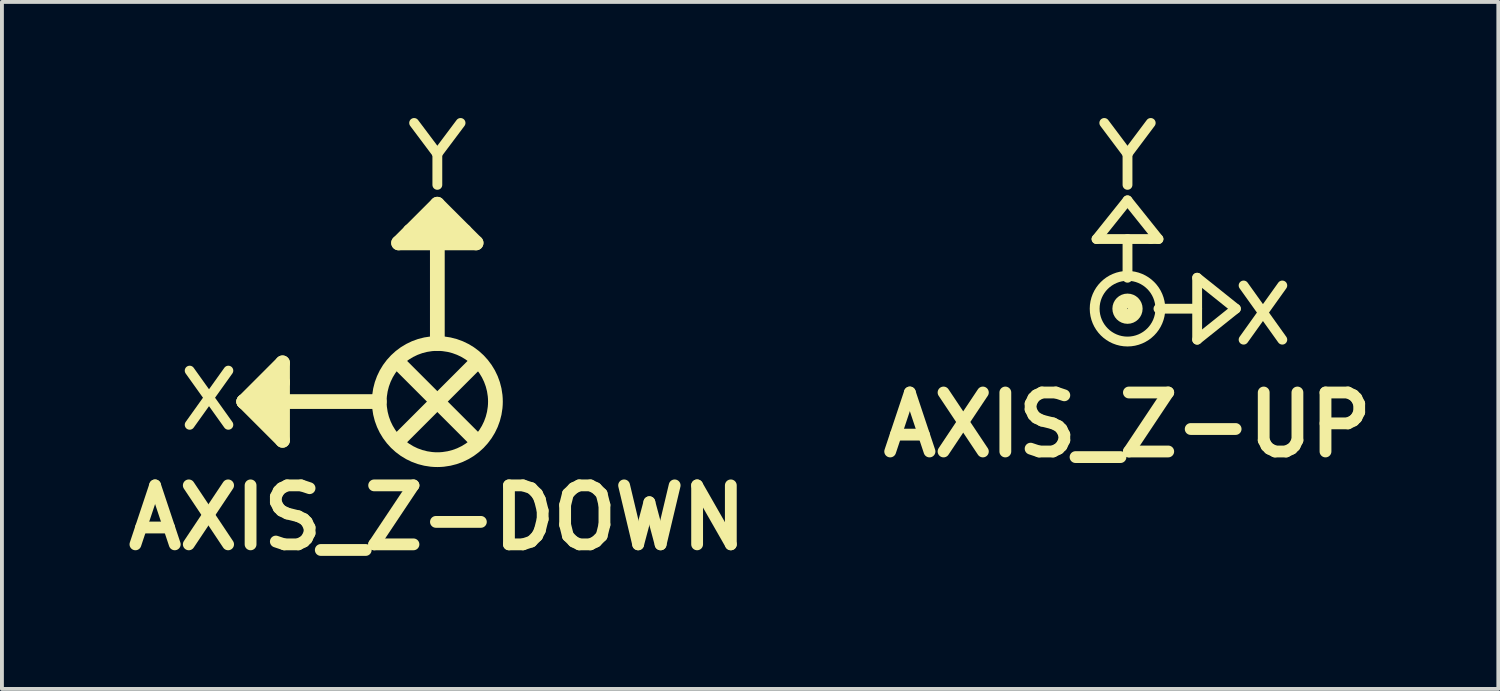
<source format=kicad_pcb>
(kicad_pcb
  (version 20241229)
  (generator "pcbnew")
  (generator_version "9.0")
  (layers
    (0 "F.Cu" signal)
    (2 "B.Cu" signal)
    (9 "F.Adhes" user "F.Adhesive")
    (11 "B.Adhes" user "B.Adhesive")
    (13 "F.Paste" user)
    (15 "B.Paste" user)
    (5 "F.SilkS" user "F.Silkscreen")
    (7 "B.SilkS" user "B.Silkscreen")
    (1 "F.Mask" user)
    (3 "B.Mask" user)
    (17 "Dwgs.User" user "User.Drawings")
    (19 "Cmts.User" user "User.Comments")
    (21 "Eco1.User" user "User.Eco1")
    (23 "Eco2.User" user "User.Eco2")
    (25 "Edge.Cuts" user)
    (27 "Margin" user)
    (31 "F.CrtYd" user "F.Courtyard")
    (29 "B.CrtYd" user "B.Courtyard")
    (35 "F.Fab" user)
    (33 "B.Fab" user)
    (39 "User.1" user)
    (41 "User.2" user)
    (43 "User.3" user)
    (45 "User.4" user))
  (footprint "AXIS_Z-UP"
    (layer "F.Cu")
    (at 26.085 4.927)
    (property "Reference" "AXIS_Z-UP" (at 0 3 0) (layer "F.SilkS") (effects (font (size 1.524 1.524) (thickness 0.305))))
    (attr through_hole)
    (fp_line (start -0.8 -1.8) (end 0.6 -1.8) (stroke (width 0.254) (type solid)) (layer "F.SilkS"))
    (fp_line (start 0 -4) (end -0.6 -4.8) (stroke (width 0.254) (type solid)) (layer "F.SilkS"))
    (fp_line (start 0 -4) (end 0.6 -4.8) (stroke (width 0.254) (type solid)) (layer "F.SilkS"))
    (fp_line (start 0 -3.2) (end 0 -4) (stroke (width 0.254) (type solid)) (layer "F.SilkS"))
    (fp_line (start 0 -2.8) (end -0.8 -1.8) (stroke (width 0.254) (type solid)) (layer "F.SilkS"))
    (fp_line (start 0 -0.8) (end 0 -1.8) (stroke (width 0.254) (type solid)) (layer "F.SilkS"))
    (fp_line (start 0.8 -1.8) (end 0 -2.8) (stroke (width 0.254) (type solid)) (layer "F.SilkS"))
    (fp_line (start 0.8 -1.8) (end 0.6 -1.8) (stroke (width 0.254) (type solid)) (layer "F.SilkS"))
    (fp_line (start 0.8 0) (end 1.8 0) (stroke (width 0.254) (type solid)) (layer "F.SilkS"))
    (fp_line (start 1.8 -0.8) (end 2.8 0) (stroke (width 0.254) (type solid)) (layer "F.SilkS"))
    (fp_line (start 1.8 0.8) (end 1.8 -0.8) (stroke (width 0.254) (type solid)) (layer "F.SilkS"))
    (fp_line (start 2.8 0) (end 1.8 0.8) (stroke (width 0.254) (type solid)) (layer "F.SilkS"))
    (fp_line (start 3 -0.6) (end 4 0.8) (stroke (width 0.254) (type solid)) (layer "F.SilkS"))
    (fp_line (start 4 -0.6) (end 3 0.8) (stroke (width 0.254) (type solid)) (layer "F.SilkS"))
    (fp_circle (center 0 0) (end 0.2 0) (stroke (width 0.381) (type solid)) (fill no) (layer "F.SilkS"))
    (fp_circle (center 0 0) (end 0.6 -0.6) (stroke (width 0.254) (type solid)) (fill no) (layer "F.SilkS")))
  (footprint "AXIS_Z-DOWN"
    (layer "F.Cu")
    (at 8.251 7.327)
    (property "Reference" "AXIS_Z-DOWN" (at 0 3 0) (layer "F.SilkS") (effects (font (size 1.524 1.524) (thickness 0.305))))
    (attr through_hole)
    (fp_line (start -6.4 -0.8) (end -5.4 0.6) (stroke (width 0.254) (type solid)) (layer "F.SilkS"))
    (fp_line (start -5.4 -0.8) (end -6.4 0.6) (stroke (width 0.254) (type solid)) (layer "F.SilkS"))
    (fp_line (start -5.001 0) (end -4 -1.001) (stroke (width 0.381) (type solid)) (layer "F.SilkS"))
    (fp_line (start -5.001 0) (end -4 -0.5) (stroke (width 0.381) (type solid)) (layer "F.SilkS"))
    (fp_line (start -4.3 0.599) (end -4.501 0.099) (stroke (width 0.381) (type solid)) (layer "F.SilkS"))
    (fp_line (start -4 -1.001) (end -4 1.001) (stroke (width 0.381) (type solid)) (layer "F.SilkS"))
    (fp_line (start -4 -0.5) (end -4.3 0.599) (stroke (width 0.381) (type solid)) (layer "F.SilkS"))
    (fp_line (start -4 1.001) (end -5.001 0) (stroke (width 0.381) (type solid)) (layer "F.SilkS"))
    (fp_line (start -1.501 0) (end -5.001 0) (stroke (width 0.381) (type solid)) (layer "F.SilkS"))
    (fp_line (start -1.001 -4.1) (end 0 -5.1) (stroke (width 0.381) (type solid)) (layer "F.SilkS"))
    (fp_line (start -1.001 -1.001) (end 1.001 1.001) (stroke (width 0.381) (type solid)) (layer "F.SilkS"))
    (fp_line (start -0.701 -4.399) (end 0.3 -4.699) (stroke (width 0.381) (type solid)) (layer "F.SilkS"))
    (fp_line (start 0 -6.4) (end -0.6 -7.2) (stroke (width 0.254) (type solid)) (layer "F.SilkS"))
    (fp_line (start 0 -6.4) (end 0.6 -7.2) (stroke (width 0.254) (type solid)) (layer "F.SilkS"))
    (fp_line (start 0 -5.6) (end 0 -6.4) (stroke (width 0.254) (type solid)) (layer "F.SilkS"))
    (fp_line (start 0 -5.1) (end 1.001 -4.1) (stroke (width 0.381) (type solid)) (layer "F.SilkS"))
    (fp_line (start 0 -1.501) (end 0 -5.001) (stroke (width 0.381) (type solid)) (layer "F.SilkS"))
    (fp_line (start 0.701 -4.399) (end -0.701 -4.399) (stroke (width 0.381) (type solid)) (layer "F.SilkS"))
    (fp_line (start 1.001 -4.1) (end -1.001 -4.1) (stroke (width 0.381) (type solid)) (layer "F.SilkS"))
    (fp_line (start 1.001 -1.001) (end -1.001 1.001) (stroke (width 0.381) (type solid)) (layer "F.SilkS"))
    (fp_circle (center 0 0) (end 0 -1.501) (stroke (width 0.381) (type solid)) (fill no) (layer "F.SilkS")))
  (gr_rect
    (start -3 -3)
    (end 35.667 14.753)
    (stroke (width 0.1) (type default))
    (fill no)
    (layer "Edge.Cuts")))
</source>
